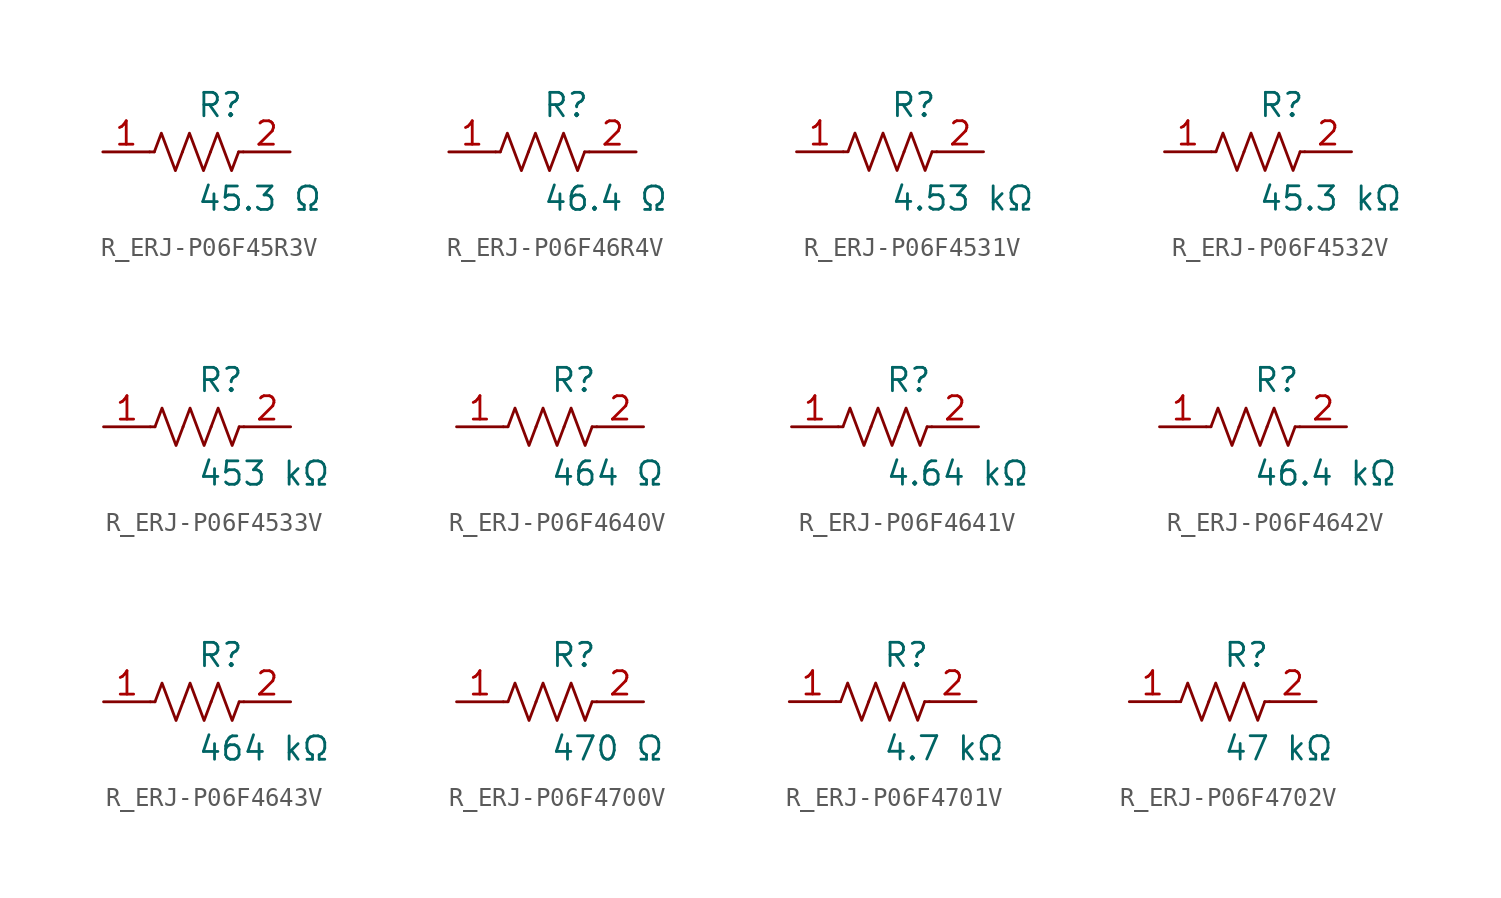
<source format=kicad_sym>
(kicad_symbol_lib
  (version 20231120)
  (generator kicad_symbol_editor)
  (generator_version 8.0)
  (symbol "R_ERJ-P06F45R3V"
    (pin_names
      (offset 0.254))
    (property "Reference" "R"
      (at 0 2.54 0)
      (effects (font (size 1.27 1.27)) (justify left)))
    (property "Value" "45.3 Ω"
      (at 0 -2.54 0)
      (effects (font (size 1.27 1.27)) (justify left)))
    (symbol "R_ERJ-P06F45R3V_0_1"
      (polyline (pts (xy 2.286 0) (xy 2.54 0)) (stroke (width 0) (type default)) (fill (type none)))
      (polyline (pts (xy -2.286 0) (xy -2.54 0)) (stroke (width 0) (type default)) (fill (type none)))
      (polyline (pts (xy 0.762 0) (xy 1.143 1.016) (xy 1.524 0) (xy 1.905 -1.016) (xy 2.286 0)) (stroke (width 0) (type default)) (fill (type none)))
      (polyline (pts (xy -0.762 0) (xy -0.381 1.016) (xy 0 0) (xy 0.381 -1.016) (xy 0.762 0)) (stroke (width 0) (type default)) (fill (type none)))
      (polyline (pts (xy -2.286 0) (xy -1.905 1.016) (xy -1.524 0) (xy -1.143 -1.016) (xy -0.762 0)) (stroke (width 0) (type default)) (fill (type none))))
    (pin passive line
      (at -5.08 0 0)
      (length 2.54)
      (name "" (effects (font (size 1.27 1.27))))
      (number "1" (effects (font (size 1.27 1.27)))))
    (pin passive line
      (at 5.08 0 180)
      (length 2.54)
      (name "" (effects (font (size 1.27 1.27))))
      (number "2" (effects (font (size 1.27 1.27))))))
  (symbol "R_ERJ-P06F46R4V"
    (pin_names
      (offset 0.254))
    (property "Reference" "R"
      (at 0 2.54 0)
      (effects (font (size 1.27 1.27)) (justify left)))
    (property "Value" "46.4 Ω"
      (at 0 -2.54 0)
      (effects (font (size 1.27 1.27)) (justify left)))
    (symbol "R_ERJ-P06F46R4V_0_1"
      (polyline (pts (xy 2.286 0) (xy 2.54 0)) (stroke (width 0) (type default)) (fill (type none)))
      (polyline (pts (xy -2.286 0) (xy -2.54 0)) (stroke (width 0) (type default)) (fill (type none)))
      (polyline (pts (xy 0.762 0) (xy 1.143 1.016) (xy 1.524 0) (xy 1.905 -1.016) (xy 2.286 0)) (stroke (width 0) (type default)) (fill (type none)))
      (polyline (pts (xy -0.762 0) (xy -0.381 1.016) (xy 0 0) (xy 0.381 -1.016) (xy 0.762 0)) (stroke (width 0) (type default)) (fill (type none)))
      (polyline (pts (xy -2.286 0) (xy -1.905 1.016) (xy -1.524 0) (xy -1.143 -1.016) (xy -0.762 0)) (stroke (width 0) (type default)) (fill (type none))))
    (pin passive line
      (at -5.08 0 0)
      (length 2.54)
      (name "" (effects (font (size 1.27 1.27))))
      (number "1" (effects (font (size 1.27 1.27)))))
    (pin passive line
      (at 5.08 0 180)
      (length 2.54)
      (name "" (effects (font (size 1.27 1.27))))
      (number "2" (effects (font (size 1.27 1.27))))))
  (symbol "R_ERJ-P06F4531V"
    (pin_names
      (offset 0.254))
    (property "Reference" "R"
      (at 0 2.54 0)
      (effects (font (size 1.27 1.27)) (justify left)))
    (property "Value" "4.53 kΩ"
      (at 0 -2.54 0)
      (effects (font (size 1.27 1.27)) (justify left)))
    (symbol "R_ERJ-P06F4531V_0_1"
      (polyline (pts (xy 2.286 0) (xy 2.54 0)) (stroke (width 0) (type default)) (fill (type none)))
      (polyline (pts (xy -2.286 0) (xy -2.54 0)) (stroke (width 0) (type default)) (fill (type none)))
      (polyline (pts (xy 0.762 0) (xy 1.143 1.016) (xy 1.524 0) (xy 1.905 -1.016) (xy 2.286 0)) (stroke (width 0) (type default)) (fill (type none)))
      (polyline (pts (xy -0.762 0) (xy -0.381 1.016) (xy 0 0) (xy 0.381 -1.016) (xy 0.762 0)) (stroke (width 0) (type default)) (fill (type none)))
      (polyline (pts (xy -2.286 0) (xy -1.905 1.016) (xy -1.524 0) (xy -1.143 -1.016) (xy -0.762 0)) (stroke (width 0) (type default)) (fill (type none))))
    (pin passive line
      (at -5.08 0 0)
      (length 2.54)
      (name "" (effects (font (size 1.27 1.27))))
      (number "1" (effects (font (size 1.27 1.27)))))
    (pin passive line
      (at 5.08 0 180)
      (length 2.54)
      (name "" (effects (font (size 1.27 1.27))))
      (number "2" (effects (font (size 1.27 1.27))))))
  (symbol "R_ERJ-P06F4532V"
    (pin_names
      (offset 0.254))
    (property "Reference" "R"
      (at 0 2.54 0)
      (effects (font (size 1.27 1.27)) (justify left)))
    (property "Value" "45.3 kΩ"
      (at 0 -2.54 0)
      (effects (font (size 1.27 1.27)) (justify left)))
    (symbol "R_ERJ-P06F4532V_0_1"
      (polyline (pts (xy 2.286 0) (xy 2.54 0)) (stroke (width 0) (type default)) (fill (type none)))
      (polyline (pts (xy -2.286 0) (xy -2.54 0)) (stroke (width 0) (type default)) (fill (type none)))
      (polyline (pts (xy 0.762 0) (xy 1.143 1.016) (xy 1.524 0) (xy 1.905 -1.016) (xy 2.286 0)) (stroke (width 0) (type default)) (fill (type none)))
      (polyline (pts (xy -0.762 0) (xy -0.381 1.016) (xy 0 0) (xy 0.381 -1.016) (xy 0.762 0)) (stroke (width 0) (type default)) (fill (type none)))
      (polyline (pts (xy -2.286 0) (xy -1.905 1.016) (xy -1.524 0) (xy -1.143 -1.016) (xy -0.762 0)) (stroke (width 0) (type default)) (fill (type none))))
    (pin passive line
      (at -5.08 0 0)
      (length 2.54)
      (name "" (effects (font (size 1.27 1.27))))
      (number "1" (effects (font (size 1.27 1.27)))))
    (pin passive line
      (at 5.08 0 180)
      (length 2.54)
      (name "" (effects (font (size 1.27 1.27))))
      (number "2" (effects (font (size 1.27 1.27))))))
  (symbol "R_ERJ-P06F4533V"
    (pin_names
      (offset 0.254))
    (property "Reference" "R"
      (at 0 2.54 0)
      (effects (font (size 1.27 1.27)) (justify left)))
    (property "Value" "453 kΩ"
      (at 0 -2.54 0)
      (effects (font (size 1.27 1.27)) (justify left)))
    (symbol "R_ERJ-P06F4533V_0_1"
      (polyline (pts (xy 2.286 0) (xy 2.54 0)) (stroke (width 0) (type default)) (fill (type none)))
      (polyline (pts (xy -2.286 0) (xy -2.54 0)) (stroke (width 0) (type default)) (fill (type none)))
      (polyline (pts (xy 0.762 0) (xy 1.143 1.016) (xy 1.524 0) (xy 1.905 -1.016) (xy 2.286 0)) (stroke (width 0) (type default)) (fill (type none)))
      (polyline (pts (xy -0.762 0) (xy -0.381 1.016) (xy 0 0) (xy 0.381 -1.016) (xy 0.762 0)) (stroke (width 0) (type default)) (fill (type none)))
      (polyline (pts (xy -2.286 0) (xy -1.905 1.016) (xy -1.524 0) (xy -1.143 -1.016) (xy -0.762 0)) (stroke (width 0) (type default)) (fill (type none))))
    (pin passive line
      (at -5.08 0 0)
      (length 2.54)
      (name "" (effects (font (size 1.27 1.27))))
      (number "1" (effects (font (size 1.27 1.27)))))
    (pin passive line
      (at 5.08 0 180)
      (length 2.54)
      (name "" (effects (font (size 1.27 1.27))))
      (number "2" (effects (font (size 1.27 1.27))))))
  (symbol "R_ERJ-P06F4640V"
    (pin_names
      (offset 0.254))
    (property "Reference" "R"
      (at 0 2.54 0)
      (effects (font (size 1.27 1.27)) (justify left)))
    (property "Value" "464 Ω"
      (at 0 -2.54 0)
      (effects (font (size 1.27 1.27)) (justify left)))
    (symbol "R_ERJ-P06F4640V_0_1"
      (polyline (pts (xy 2.286 0) (xy 2.54 0)) (stroke (width 0) (type default)) (fill (type none)))
      (polyline (pts (xy -2.286 0) (xy -2.54 0)) (stroke (width 0) (type default)) (fill (type none)))
      (polyline (pts (xy 0.762 0) (xy 1.143 1.016) (xy 1.524 0) (xy 1.905 -1.016) (xy 2.286 0)) (stroke (width 0) (type default)) (fill (type none)))
      (polyline (pts (xy -0.762 0) (xy -0.381 1.016) (xy 0 0) (xy 0.381 -1.016) (xy 0.762 0)) (stroke (width 0) (type default)) (fill (type none)))
      (polyline (pts (xy -2.286 0) (xy -1.905 1.016) (xy -1.524 0) (xy -1.143 -1.016) (xy -0.762 0)) (stroke (width 0) (type default)) (fill (type none))))
    (pin passive line
      (at -5.08 0 0)
      (length 2.54)
      (name "" (effects (font (size 1.27 1.27))))
      (number "1" (effects (font (size 1.27 1.27)))))
    (pin passive line
      (at 5.08 0 180)
      (length 2.54)
      (name "" (effects (font (size 1.27 1.27))))
      (number "2" (effects (font (size 1.27 1.27))))))
  (symbol "R_ERJ-P06F4641V"
    (pin_names
      (offset 0.254))
    (property "Reference" "R"
      (at 0 2.54 0)
      (effects (font (size 1.27 1.27)) (justify left)))
    (property "Value" "4.64 kΩ"
      (at 0 -2.54 0)
      (effects (font (size 1.27 1.27)) (justify left)))
    (symbol "R_ERJ-P06F4641V_0_1"
      (polyline (pts (xy 2.286 0) (xy 2.54 0)) (stroke (width 0) (type default)) (fill (type none)))
      (polyline (pts (xy -2.286 0) (xy -2.54 0)) (stroke (width 0) (type default)) (fill (type none)))
      (polyline (pts (xy 0.762 0) (xy 1.143 1.016) (xy 1.524 0) (xy 1.905 -1.016) (xy 2.286 0)) (stroke (width 0) (type default)) (fill (type none)))
      (polyline (pts (xy -0.762 0) (xy -0.381 1.016) (xy 0 0) (xy 0.381 -1.016) (xy 0.762 0)) (stroke (width 0) (type default)) (fill (type none)))
      (polyline (pts (xy -2.286 0) (xy -1.905 1.016) (xy -1.524 0) (xy -1.143 -1.016) (xy -0.762 0)) (stroke (width 0) (type default)) (fill (type none))))
    (pin passive line
      (at -5.08 0 0)
      (length 2.54)
      (name "" (effects (font (size 1.27 1.27))))
      (number "1" (effects (font (size 1.27 1.27)))))
    (pin passive line
      (at 5.08 0 180)
      (length 2.54)
      (name "" (effects (font (size 1.27 1.27))))
      (number "2" (effects (font (size 1.27 1.27))))))
  (symbol "R_ERJ-P06F4642V"
    (pin_names
      (offset 0.254))
    (property "Reference" "R"
      (at 0 2.54 0)
      (effects (font (size 1.27 1.27)) (justify left)))
    (property "Value" "46.4 kΩ"
      (at 0 -2.54 0)
      (effects (font (size 1.27 1.27)) (justify left)))
    (symbol "R_ERJ-P06F4642V_0_1"
      (polyline (pts (xy 2.286 0) (xy 2.54 0)) (stroke (width 0) (type default)) (fill (type none)))
      (polyline (pts (xy -2.286 0) (xy -2.54 0)) (stroke (width 0) (type default)) (fill (type none)))
      (polyline (pts (xy 0.762 0) (xy 1.143 1.016) (xy 1.524 0) (xy 1.905 -1.016) (xy 2.286 0)) (stroke (width 0) (type default)) (fill (type none)))
      (polyline (pts (xy -0.762 0) (xy -0.381 1.016) (xy 0 0) (xy 0.381 -1.016) (xy 0.762 0)) (stroke (width 0) (type default)) (fill (type none)))
      (polyline (pts (xy -2.286 0) (xy -1.905 1.016) (xy -1.524 0) (xy -1.143 -1.016) (xy -0.762 0)) (stroke (width 0) (type default)) (fill (type none))))
    (pin passive line
      (at -5.08 0 0)
      (length 2.54)
      (name "" (effects (font (size 1.27 1.27))))
      (number "1" (effects (font (size 1.27 1.27)))))
    (pin passive line
      (at 5.08 0 180)
      (length 2.54)
      (name "" (effects (font (size 1.27 1.27))))
      (number "2" (effects (font (size 1.27 1.27))))))
  (symbol "R_ERJ-P06F4643V"
    (pin_names
      (offset 0.254))
    (property "Reference" "R"
      (at 0 2.54 0)
      (effects (font (size 1.27 1.27)) (justify left)))
    (property "Value" "464 kΩ"
      (at 0 -2.54 0)
      (effects (font (size 1.27 1.27)) (justify left)))
    (symbol "R_ERJ-P06F4643V_0_1"
      (polyline (pts (xy 2.286 0) (xy 2.54 0)) (stroke (width 0) (type default)) (fill (type none)))
      (polyline (pts (xy -2.286 0) (xy -2.54 0)) (stroke (width 0) (type default)) (fill (type none)))
      (polyline (pts (xy 0.762 0) (xy 1.143 1.016) (xy 1.524 0) (xy 1.905 -1.016) (xy 2.286 0)) (stroke (width 0) (type default)) (fill (type none)))
      (polyline (pts (xy -0.762 0) (xy -0.381 1.016) (xy 0 0) (xy 0.381 -1.016) (xy 0.762 0)) (stroke (width 0) (type default)) (fill (type none)))
      (polyline (pts (xy -2.286 0) (xy -1.905 1.016) (xy -1.524 0) (xy -1.143 -1.016) (xy -0.762 0)) (stroke (width 0) (type default)) (fill (type none))))
    (pin passive line
      (at -5.08 0 0)
      (length 2.54)
      (name "" (effects (font (size 1.27 1.27))))
      (number "1" (effects (font (size 1.27 1.27)))))
    (pin passive line
      (at 5.08 0 180)
      (length 2.54)
      (name "" (effects (font (size 1.27 1.27))))
      (number "2" (effects (font (size 1.27 1.27))))))
  (symbol "R_ERJ-P06F4700V"
    (pin_names
      (offset 0.254))
    (property "Reference" "R"
      (at 0 2.54 0)
      (effects (font (size 1.27 1.27)) (justify left)))
    (property "Value" "470 Ω"
      (at 0 -2.54 0)
      (effects (font (size 1.27 1.27)) (justify left)))
    (symbol "R_ERJ-P06F4700V_0_1"
      (polyline (pts (xy 2.286 0) (xy 2.54 0)) (stroke (width 0) (type default)) (fill (type none)))
      (polyline (pts (xy -2.286 0) (xy -2.54 0)) (stroke (width 0) (type default)) (fill (type none)))
      (polyline (pts (xy 0.762 0) (xy 1.143 1.016) (xy 1.524 0) (xy 1.905 -1.016) (xy 2.286 0)) (stroke (width 0) (type default)) (fill (type none)))
      (polyline (pts (xy -0.762 0) (xy -0.381 1.016) (xy 0 0) (xy 0.381 -1.016) (xy 0.762 0)) (stroke (width 0) (type default)) (fill (type none)))
      (polyline (pts (xy -2.286 0) (xy -1.905 1.016) (xy -1.524 0) (xy -1.143 -1.016) (xy -0.762 0)) (stroke (width 0) (type default)) (fill (type none))))
    (pin passive line
      (at -5.08 0 0)
      (length 2.54)
      (name "" (effects (font (size 1.27 1.27))))
      (number "1" (effects (font (size 1.27 1.27)))))
    (pin passive line
      (at 5.08 0 180)
      (length 2.54)
      (name "" (effects (font (size 1.27 1.27))))
      (number "2" (effects (font (size 1.27 1.27))))))
  (symbol "R_ERJ-P06F4701V"
    (pin_names
      (offset 0.254))
    (property "Reference" "R"
      (at 0 2.54 0)
      (effects (font (size 1.27 1.27)) (justify left)))
    (property "Value" "4.7 kΩ"
      (at 0 -2.54 0)
      (effects (font (size 1.27 1.27)) (justify left)))
    (symbol "R_ERJ-P06F4701V_0_1"
      (polyline (pts (xy 2.286 0) (xy 2.54 0)) (stroke (width 0) (type default)) (fill (type none)))
      (polyline (pts (xy -2.286 0) (xy -2.54 0)) (stroke (width 0) (type default)) (fill (type none)))
      (polyline (pts (xy 0.762 0) (xy 1.143 1.016) (xy 1.524 0) (xy 1.905 -1.016) (xy 2.286 0)) (stroke (width 0) (type default)) (fill (type none)))
      (polyline (pts (xy -0.762 0) (xy -0.381 1.016) (xy 0 0) (xy 0.381 -1.016) (xy 0.762 0)) (stroke (width 0) (type default)) (fill (type none)))
      (polyline (pts (xy -2.286 0) (xy -1.905 1.016) (xy -1.524 0) (xy -1.143 -1.016) (xy -0.762 0)) (stroke (width 0) (type default)) (fill (type none))))
    (pin passive line
      (at -5.08 0 0)
      (length 2.54)
      (name "" (effects (font (size 1.27 1.27))))
      (number "1" (effects (font (size 1.27 1.27)))))
    (pin passive line
      (at 5.08 0 180)
      (length 2.54)
      (name "" (effects (font (size 1.27 1.27))))
      (number "2" (effects (font (size 1.27 1.27))))))
  (symbol "R_ERJ-P06F4702V"
    (pin_names
      (offset 0.254))
    (property "Reference" "R"
      (at 0 2.54 0)
      (effects (font (size 1.27 1.27)) (justify left)))
    (property "Value" "47 kΩ"
      (at 0 -2.54 0)
      (effects (font (size 1.27 1.27)) (justify left)))
    (symbol "R_ERJ-P06F4702V_0_1"
      (polyline (pts (xy 2.286 0) (xy 2.54 0)) (stroke (width 0) (type default)) (fill (type none)))
      (polyline (pts (xy -2.286 0) (xy -2.54 0)) (stroke (width 0) (type default)) (fill (type none)))
      (polyline (pts (xy 0.762 0) (xy 1.143 1.016) (xy 1.524 0) (xy 1.905 -1.016) (xy 2.286 0)) (stroke (width 0) (type default)) (fill (type none)))
      (polyline (pts (xy -0.762 0) (xy -0.381 1.016) (xy 0 0) (xy 0.381 -1.016) (xy 0.762 0)) (stroke (width 0) (type default)) (fill (type none)))
      (polyline (pts (xy -2.286 0) (xy -1.905 1.016) (xy -1.524 0) (xy -1.143 -1.016) (xy -0.762 0)) (stroke (width 0) (type default)) (fill (type none))))
    (pin passive line
      (at -5.08 0 0)
      (length 2.54)
      (name "" (effects (font (size 1.27 1.27))))
      (number "1" (effects (font (size 1.27 1.27)))))
    (pin passive line
      (at 5.08 0 180)
      (length 2.54)
      (name "" (effects (font (size 1.27 1.27))))
      (number "2" (effects (font (size 1.27 1.27)))))))
</source>
